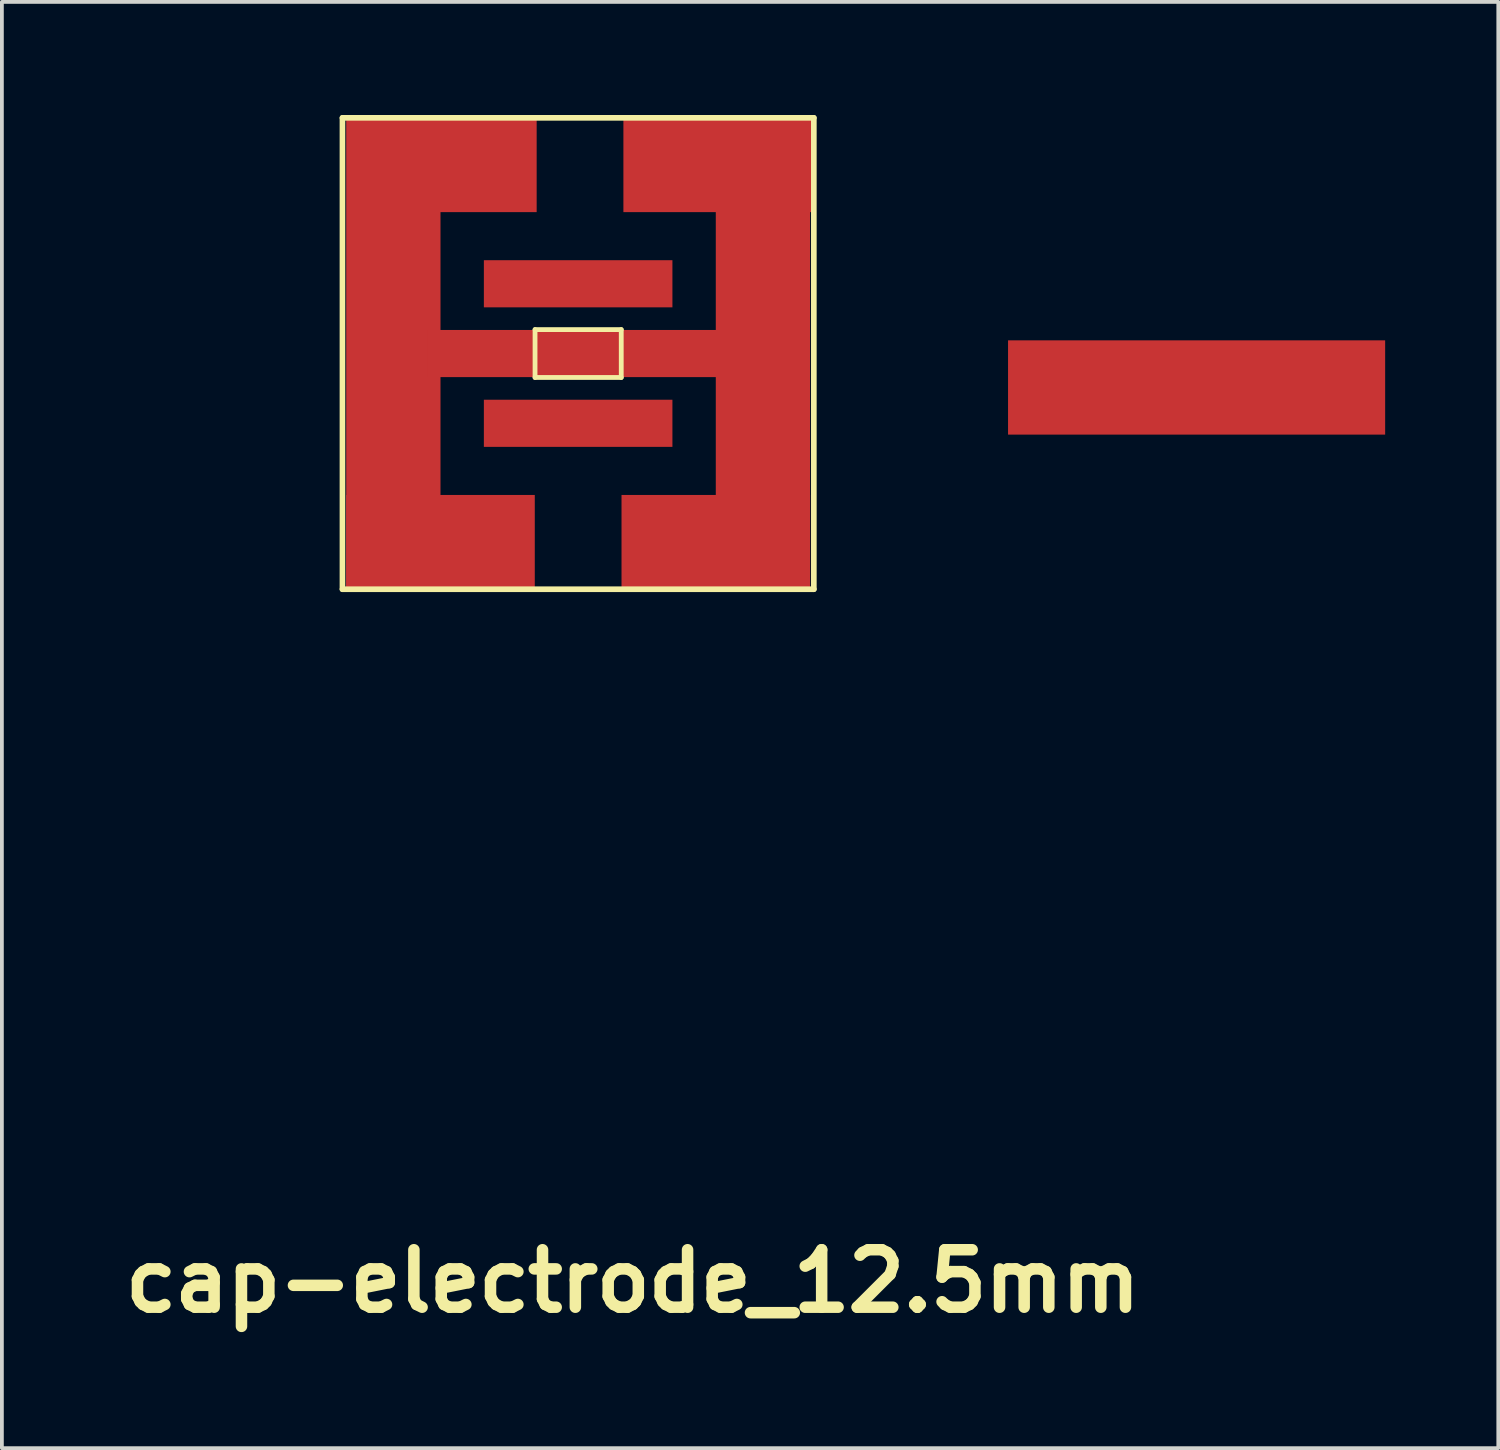
<source format=kicad_pcb>
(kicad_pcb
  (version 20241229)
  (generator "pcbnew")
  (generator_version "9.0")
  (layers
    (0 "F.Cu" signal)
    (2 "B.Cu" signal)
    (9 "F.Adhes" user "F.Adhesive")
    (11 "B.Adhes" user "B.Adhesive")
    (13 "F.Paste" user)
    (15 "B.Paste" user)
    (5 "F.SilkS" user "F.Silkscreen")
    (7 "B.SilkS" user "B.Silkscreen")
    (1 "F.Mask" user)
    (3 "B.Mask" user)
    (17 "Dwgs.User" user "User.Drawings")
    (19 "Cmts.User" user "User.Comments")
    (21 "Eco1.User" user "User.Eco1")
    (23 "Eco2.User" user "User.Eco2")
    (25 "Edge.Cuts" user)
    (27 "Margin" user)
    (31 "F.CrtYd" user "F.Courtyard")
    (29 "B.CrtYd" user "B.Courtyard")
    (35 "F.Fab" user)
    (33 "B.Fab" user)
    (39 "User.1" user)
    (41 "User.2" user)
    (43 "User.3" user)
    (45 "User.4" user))
  (footprint "cap-electrode_12.5mm"
    (layer "F.Cu")
    (at 12.281 6.325)
    (property "Reference" "cap-electrode_12.5mm" (at 1.45 24.6 0) (layer "F.SilkS") (effects (font (size 1.524 1.524) (thickness 0.305))))
    (attr through_hole)
    (fp_line (start -6.25 -6.25) (end -6.25 6.25) (stroke (width 0.15) (type solid)) (layer "F.SilkS"))
    (fp_line (start -6.25 -6.25) (end 6.25 -6.25) (stroke (width 0.15) (type solid)) (layer "F.SilkS"))
    (fp_line (start -6.25 6.25) (end 6.25 6.25) (stroke (width 0.15) (type solid)) (layer "F.SilkS"))
    (fp_line (start -1.143 -0.635) (end 1.143 -0.635) (stroke (width 0.127) (type solid)) (layer "F.SilkS"))
    (fp_line (start -1.143 0.635) (end -1.143 -0.635) (stroke (width 0.127) (type solid)) (layer "F.SilkS"))
    (fp_line (start 1.143 -0.635) (end 1.143 0.635) (stroke (width 0.127) (type solid)) (layer "F.SilkS"))
    (fp_line (start 1.143 0.635) (end -1.143 0.635) (stroke (width 0.127) (type solid)) (layer "F.SilkS"))
    (fp_line (start 6.25 -6.25) (end 6.25 6.25) (stroke (width 0.15) (type solid)) (layer "F.SilkS"))
    (pad "1" smd rect (at -4.9 0 90) (size 12.5 2.5) (layers "F.Cu" "F.Mask" "F.Paste"))
    (pad "1" smd rect (at -3.6 -5) (size 5 2.5) (layers "F.Cu" "F.Mask" "F.Paste"))
    (pad "1" smd rect (at -0.762 0) (size 0.635 1.143) (layers "F.Cu" "F.Mask" "F.Paste"))
    (pad "1" smd rect (at 4.9 0 90) (size 12.5 2.5) (layers "F.Cu" "F.Mask" "F.Paste"))
    (pad "2" smd rect (at 0 -1.85) (size 5 1.25) (layers "F.Cu" "F.Mask" "F.Paste"))
    (pad "2" smd rect (at 0 1.85) (size 5 1.25) (layers "F.Cu" "F.Mask" "F.Paste"))
    (pad "2" smd rect (at 0.762 0) (size 0.635 1.143) (layers "F.Cu" "F.Mask" "F.Paste"))
    (pad "2" smd rect (at 16.4 0.9) (size 10 2.5) (layers "F.Cu" "F.Mask" "F.Paste"))
    (pad "3" smd rect (at -3.65 5) (size 5 2.5) (layers "F.Cu" "F.Mask" "F.Paste"))
    (pad "4" smd rect (at 3.65 5) (size 5 2.5) (layers "F.Cu" "F.Mask" "F.Paste"))
    (pad "4" smd rect (at 3.7 -5) (size 5 2.5) (layers "F.Cu" "F.Mask" "F.Paste"))
    (pad "5" smd rect (at 0 0) (size 8 1.25) (layers "F.Cu" "F.Mask" "F.Paste")))
  (gr_rect
    (start -3 -3)
    (end 36.681 35.351)
    (stroke (width 0.1) (type default))
    (fill no)
    (layer "Edge.Cuts")))
</source>
